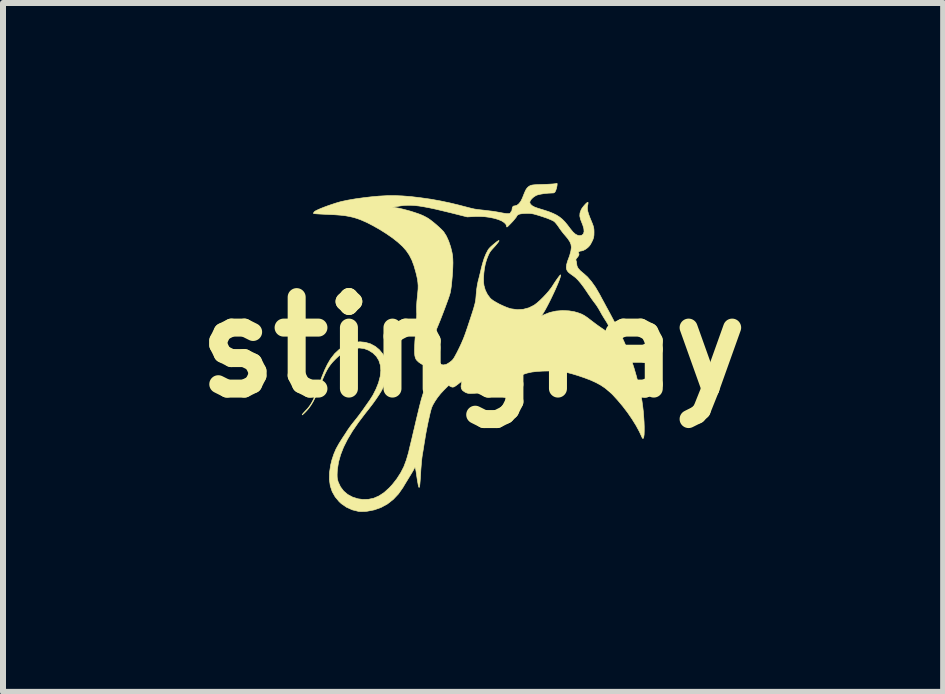
<source format=kicad_pcb>
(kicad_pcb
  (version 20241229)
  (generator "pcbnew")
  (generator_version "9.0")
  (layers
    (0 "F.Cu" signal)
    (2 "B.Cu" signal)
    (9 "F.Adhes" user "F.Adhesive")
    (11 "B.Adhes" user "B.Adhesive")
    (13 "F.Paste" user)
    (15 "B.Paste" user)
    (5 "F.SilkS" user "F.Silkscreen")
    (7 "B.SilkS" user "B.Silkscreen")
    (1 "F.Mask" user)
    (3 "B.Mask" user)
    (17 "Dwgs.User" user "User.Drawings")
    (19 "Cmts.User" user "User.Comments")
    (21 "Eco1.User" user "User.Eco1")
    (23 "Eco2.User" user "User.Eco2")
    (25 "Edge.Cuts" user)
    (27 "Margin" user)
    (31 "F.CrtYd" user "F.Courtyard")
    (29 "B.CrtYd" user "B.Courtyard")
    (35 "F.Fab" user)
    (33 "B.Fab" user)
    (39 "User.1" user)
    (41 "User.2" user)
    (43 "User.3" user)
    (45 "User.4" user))
  (footprint "stingray"
    (layer "F.Cu")
    (at 4.833 2.736)
    (property "Reference" "stingray" (at 0 0 0) (layer "F.SilkS") (effects (font (size 1.524 1.524) (thickness 0.3))))
    (attr through_hole)
    (fp_poly (pts (xy 1.402 -2.726) (xy 1.401 -2.706) (xy 1.399 -2.688) (xy 1.391 -2.65) (xy 1.379 -2.614) (xy 1.376 -2.605) (xy 1.361 -2.581) (xy 1.343 -2.571) (xy 1.327 -2.57) (xy 1.258 -2.567) (xy 1.191 -2.561) (xy 1.13 -2.551) (xy 1.081 -2.54) (xy 1.051 -2.529) (xy 1.01 -2.503) (xy 0.976 -2.472) (xy 0.953 -2.441) (xy 0.945 -2.414) (xy 0.955 -2.386) (xy 0.983 -2.359) (xy 1.027 -2.335) (xy 1.08 -2.316) (xy 1.181 -2.285) (xy 1.264 -2.258) (xy 1.333 -2.23) (xy 1.392 -2.201) (xy 1.442 -2.169) (xy 1.488 -2.132) (xy 1.531 -2.088) (xy 1.575 -2.035) (xy 1.623 -1.971) (xy 1.667 -1.918) (xy 1.708 -1.882) (xy 1.748 -1.863) (xy 1.778 -1.859) (xy 1.815 -1.867) (xy 1.839 -1.889) (xy 1.85 -1.925) (xy 1.847 -1.973) (xy 1.83 -2.032) (xy 1.814 -2.073) (xy 1.79 -2.134) (xy 1.779 -2.187) (xy 1.782 -2.235) (xy 1.799 -2.284) (xy 1.802 -2.291) (xy 1.817 -2.317) (xy 1.839 -2.346) (xy 1.863 -2.374) (xy 1.886 -2.398) (xy 1.905 -2.413) (xy 1.916 -2.415) (xy 1.916 -2.415) (xy 1.917 -2.403) (xy 1.914 -2.379) (xy 1.91 -2.364) (xy 1.906 -2.332) (xy 1.906 -2.299) (xy 1.913 -2.261) (xy 1.927 -2.215) (xy 1.949 -2.156) (xy 1.968 -2.11) (xy 1.989 -2.059) (xy 2.003 -2.02) (xy 2.011 -1.989) (xy 2.015 -1.958) (xy 2.016 -1.921) (xy 2.016 -1.915) (xy 2.015 -1.868) (xy 2.01 -1.833) (xy 2 -1.8) (xy 1.989 -1.775) (xy 1.971 -1.739) (xy 1.952 -1.706) (xy 1.94 -1.689) (xy 1.912 -1.66) (xy 1.877 -1.634) (xy 1.841 -1.614) (xy 1.812 -1.605) (xy 1.809 -1.605) (xy 1.784 -1.601) (xy 1.764 -1.592) (xy 1.753 -1.581) (xy 1.756 -1.571) (xy 1.756 -1.571) (xy 1.767 -1.554) (xy 1.761 -1.528) (xy 1.739 -1.497) (xy 1.737 -1.495) (xy 1.718 -1.472) (xy 1.713 -1.455) (xy 1.717 -1.443) (xy 1.724 -1.419) (xy 1.727 -1.39) (xy 1.733 -1.352) (xy 1.751 -1.316) (xy 1.784 -1.278) (xy 1.834 -1.235) (xy 1.839 -1.232) (xy 1.907 -1.171) (xy 1.973 -1.094) (xy 2.04 -1) (xy 2.106 -0.887) (xy 2.117 -0.867) (xy 2.145 -0.814) (xy 2.18 -0.75) (xy 2.218 -0.679) (xy 2.257 -0.608) (xy 2.286 -0.554) (xy 2.376 -0.384) (xy 2.455 -0.227) (xy 2.523 -0.079) (xy 2.584 0.064) (xy 2.636 0.205) (xy 2.683 0.348) (xy 2.726 0.496) (xy 2.765 0.652) (xy 2.802 0.821) (xy 2.804 0.833) (xy 2.816 0.902) (xy 2.827 0.981) (xy 2.837 1.067) (xy 2.844 1.156) (xy 2.85 1.244) (xy 2.853 1.326) (xy 2.853 1.398) (xy 2.851 1.456) (xy 2.848 1.477) (xy 2.842 1.51) (xy 2.833 1.522) (xy 2.822 1.515) (xy 2.813 1.496) (xy 2.771 1.405) (xy 2.716 1.304) (xy 2.65 1.198) (xy 2.576 1.09) (xy 2.495 0.984) (xy 2.411 0.884) (xy 2.327 0.792) (xy 2.322 0.787) (xy 2.26 0.729) (xy 2.196 0.678) (xy 2.127 0.632) (xy 2.05 0.59) (xy 1.962 0.55) (xy 1.86 0.511) (xy 1.752 0.474) (xy 1.656 0.445) (xy 1.573 0.423) (xy 1.494 0.409) (xy 1.414 0.4) (xy 1.326 0.397) (xy 1.276 0.396) (xy 1.163 0.398) (xy 1.066 0.404) (xy 0.98 0.414) (xy 0.903 0.431) (xy 0.829 0.455) (xy 0.755 0.487) (xy 0.676 0.528) (xy 0.605 0.57) (xy 0.551 0.599) (xy 0.484 0.629) (xy 0.411 0.658) (xy 0.391 0.665) (xy 0.334 0.684) (xy 0.276 0.704) (xy 0.224 0.723) (xy 0.183 0.737) (xy 0.183 0.738) (xy 0.129 0.755) (xy 0.074 0.765) (xy 0.01 0.769) (xy -0.037 0.771) (xy -0.071 0.77) (xy -0.096 0.765) (xy -0.118 0.757) (xy -0.132 0.75) (xy -0.173 0.722) (xy -0.195 0.689) (xy -0.2 0.648) (xy -0.195 0.621) (xy -0.19 0.593) (xy -0.187 0.574) (xy -0.188 0.571) (xy -0.197 0.575) (xy -0.217 0.589) (xy -0.244 0.611) (xy -0.247 0.613) (xy -0.287 0.643) (xy -0.316 0.661) (xy -0.339 0.666) (xy -0.361 0.661) (xy -0.376 0.654) (xy -0.407 0.636) (xy -0.483 0.712) (xy -0.539 0.772) (xy -0.591 0.837) (xy -0.636 0.904) (xy -0.672 0.966) (xy -0.691 1.01) (xy -0.702 1.048) (xy -0.716 1.102) (xy -0.731 1.169) (xy -0.748 1.244) (xy -0.764 1.324) (xy -0.78 1.404) (xy -0.794 1.482) (xy -0.802 1.534) (xy -0.813 1.599) (xy -0.824 1.67) (xy -0.835 1.738) (xy -0.844 1.788) (xy -0.851 1.838) (xy -0.858 1.901) (xy -0.864 1.973) (xy -0.87 2.047) (xy -0.873 2.104) (xy -0.877 2.167) (xy -0.881 2.224) (xy -0.885 2.272) (xy -0.889 2.308) (xy -0.892 2.327) (xy -0.892 2.327) (xy -0.898 2.337) (xy -0.902 2.335) (xy -0.908 2.318) (xy -0.916 2.284) (xy -0.917 2.276) (xy -0.926 2.228) (xy -0.935 2.17) (xy -0.943 2.116) (xy -0.944 2.109) (xy -0.95 2.067) (xy -0.956 2.033) (xy -0.963 2.012) (xy -0.965 2.008) (xy -0.974 2.004) (xy -0.975 2.009) (xy -0.98 2.022) (xy -0.994 2.049) (xy -1.015 2.085) (xy -1.04 2.127) (xy -1.044 2.133) (xy -1.077 2.187) (xy -1.113 2.246) (xy -1.147 2.302) (xy -1.168 2.338) (xy -1.243 2.445) (xy -1.329 2.536) (xy -1.426 2.612) (xy -1.532 2.67) (xy -1.646 2.711) (xy -1.766 2.734) (xy -1.798 2.737) (xy -1.84 2.738) (xy -1.878 2.738) (xy -1.904 2.737) (xy -1.905 2.737) (xy -2.01 2.711) (xy -2.107 2.668) (xy -2.194 2.608) (xy -2.23 2.575) (xy -2.297 2.495) (xy -2.347 2.407) (xy -2.379 2.311) (xy -2.394 2.205) (xy -2.392 2.09) (xy -2.373 1.964) (xy -2.351 1.875) (xy -2.32 1.782) (xy -2.283 1.695) (xy -2.234 1.607) (xy -2.194 1.543) (xy -2.163 1.495) (xy -2.131 1.447) (xy -2.103 1.403) (xy -2.089 1.381) (xy -2.064 1.345) (xy -2.032 1.301) (xy -1.996 1.255) (xy -1.976 1.23) (xy -1.938 1.183) (xy -1.896 1.128) (xy -1.855 1.072) (xy -1.832 1.041) (xy -1.801 0.996) (xy -1.769 0.951) (xy -1.742 0.912) (xy -1.725 0.889) (xy -1.668 0.799) (xy -1.617 0.698) (xy -1.576 0.596) (xy -1.575 0.593) (xy -1.547 0.487) (xy -1.537 0.389) (xy -1.544 0.301) (xy -1.569 0.222) (xy -1.61 0.154) (xy -1.669 0.096) (xy -1.74 0.051) (xy -1.814 0.023) (xy -1.891 0.013) (xy -1.972 0.02) (xy -2.058 0.045) (xy -2.123 0.074) (xy -2.167 0.097) (xy -2.204 0.121) (xy -2.241 0.15) (xy -2.283 0.189) (xy -2.302 0.208) (xy -2.343 0.251) (xy -2.378 0.294) (xy -2.41 0.339) (xy -2.44 0.391) (xy -2.47 0.451) (xy -2.502 0.524) (xy -2.537 0.612) (xy -2.549 0.643) (xy -2.59 0.747) (xy -2.628 0.833) (xy -2.664 0.906) (xy -2.701 0.967) (xy -2.738 1.019) (xy -2.77 1.056) (xy -2.8 1.087) (xy -2.825 1.111) (xy -2.842 1.125) (xy -2.847 1.128) (xy -2.846 1.121) (xy -2.832 1.103) (xy -2.81 1.078) (xy -2.797 1.064) (xy -2.76 1.025) (xy -2.729 0.987) (xy -2.702 0.947) (xy -2.677 0.904) (xy -2.652 0.853) (xy -2.627 0.792) (xy -2.599 0.717) (xy -2.567 0.627) (xy -2.564 0.617) (xy -2.517 0.489) (xy -2.472 0.379) (xy -2.427 0.286) (xy -2.381 0.207) (xy -2.372 0.193) (xy -2.306 0.108) (xy -2.231 0.038) (xy -2.149 -0.018) (xy -2.062 -0.058) (xy -1.973 -0.082) (xy -1.883 -0.09) (xy -1.794 -0.081) (xy -1.709 -0.056) (xy -1.629 -0.013) (xy -1.563 0.041) (xy -1.502 0.115) (xy -1.459 0.198) (xy -1.434 0.289) (xy -1.426 0.387) (xy -1.438 0.49) (xy -1.455 0.559) (xy -1.474 0.614) (xy -1.498 0.67) (xy -1.528 0.729) (xy -1.567 0.792) (xy -1.614 0.862) (xy -1.671 0.942) (xy -1.74 1.032) (xy -1.795 1.101) (xy -1.911 1.254) (xy -2.01 1.398) (xy -2.092 1.535) (xy -2.158 1.666) (xy -2.207 1.792) (xy -2.241 1.913) (xy -2.26 2.032) (xy -2.263 2.074) (xy -2.265 2.126) (xy -2.264 2.165) (xy -2.26 2.197) (xy -2.252 2.228) (xy -2.247 2.246) (xy -2.209 2.327) (xy -2.156 2.397) (xy -2.089 2.454) (xy -2.009 2.497) (xy -1.918 2.526) (xy -1.839 2.537) (xy -1.744 2.535) (xy -1.654 2.516) (xy -1.567 2.478) (xy -1.482 2.422) (xy -1.398 2.346) (xy -1.345 2.289) (xy -1.269 2.192) (xy -1.206 2.094) (xy -1.153 1.991) (xy -1.11 1.876) (xy -1.073 1.748) (xy -1.067 1.72) (xy -1.055 1.669) (xy -1.039 1.603) (xy -1.021 1.529) (xy -1.003 1.452) (xy -0.986 1.378) (xy -0.985 1.377) (xy -0.967 1.299) (xy -0.947 1.214) (xy -0.927 1.13) (xy -0.908 1.052) (xy -0.894 0.993) (xy -0.861 0.865) (xy -0.827 0.755) (xy -0.79 0.661) (xy -0.75 0.579) (xy -0.715 0.521) (xy -0.657 0.434) (xy -0.675 0.384) (xy -0.688 0.328) (xy -0.687 0.283) (xy -0.681 0.232) (xy -0.722 0.268) (xy -0.758 0.295) (xy -0.789 0.305) (xy -0.79 0.305) (xy -0.824 0.297) (xy -0.863 0.278) (xy -0.903 0.251) (xy -0.936 0.22) (xy -0.952 0.198) (xy -0.962 0.174) (xy -0.97 0.141) (xy -0.974 0.099) (xy -0.975 0.046) (xy -0.973 -0.021) (xy -0.969 -0.104) (xy -0.961 -0.203) (xy -0.954 -0.276) (xy -0.945 -0.389) (xy -0.94 -0.482) (xy -0.938 -0.555) (xy -0.94 -0.594) (xy -0.941 -0.671) (xy -0.936 -0.762) (xy -0.93 -0.821) (xy -0.922 -0.902) (xy -0.916 -0.969) (xy -0.915 -1.026) (xy -0.919 -1.078) (xy -0.926 -1.132) (xy -0.939 -1.192) (xy -0.951 -1.241) (xy -0.983 -1.354) (xy -1.019 -1.451) (xy -1.062 -1.535) (xy -1.113 -1.61) (xy -1.175 -1.68) (xy -1.251 -1.749) (xy -1.253 -1.751) (xy -1.343 -1.822) (xy -1.444 -1.892) (xy -1.552 -1.96) (xy -1.661 -2.022) (xy -1.767 -2.077) (xy -1.867 -2.121) (xy -1.927 -2.143) (xy -1.992 -2.163) (xy -2.058 -2.178) (xy -2.129 -2.191) (xy -2.209 -2.2) (xy -2.301 -2.207) (xy -2.409 -2.212) (xy -2.428 -2.213) (xy -2.493 -2.216) (xy -2.552 -2.219) (xy -2.6 -2.222) (xy -2.636 -2.225) (xy -2.656 -2.227) (xy -2.658 -2.228) (xy -2.657 -2.24) (xy -2.644 -2.258) (xy -2.641 -2.261) (xy -2.622 -2.273) (xy -2.587 -2.29) (xy -2.54 -2.311) (xy -2.489 -2.331) (xy -1.346 -2.331) (xy -1.282 -2.324) (xy -1.239 -2.317) (xy -1.182 -2.304) (xy -1.116 -2.287) (xy -1.046 -2.268) (xy -0.977 -2.246) (xy -0.914 -2.225) (xy -0.884 -2.214) (xy -0.836 -2.194) (xy -0.787 -2.169) (xy -0.746 -2.146) (xy -0.745 -2.145) (xy -0.707 -2.118) (xy -0.661 -2.082) (xy -0.613 -2.042) (xy -0.566 -2) (xy -0.526 -1.962) (xy -0.496 -1.931) (xy -0.487 -1.92) (xy -0.444 -1.852) (xy -0.406 -1.768) (xy -0.373 -1.671) (xy -0.365 -1.638) (xy -0.35 -1.576) (xy -0.341 -1.523) (xy -0.337 -1.47) (xy -0.335 -1.408) (xy -0.335 -1.404) (xy -0.337 -1.337) (xy -0.34 -1.262) (xy -0.346 -1.183) (xy -0.353 -1.105) (xy -0.36 -1.032) (xy -0.369 -0.968) (xy -0.378 -0.919) (xy -0.381 -0.903) (xy -0.392 -0.867) (xy -0.409 -0.815) (xy -0.432 -0.752) (xy -0.458 -0.681) (xy -0.487 -0.604) (xy -0.517 -0.526) (xy -0.547 -0.449) (xy -0.576 -0.378) (xy -0.592 -0.34) (xy -0.617 -0.279) (xy -0.64 -0.218) (xy -0.661 -0.159) (xy -0.678 -0.105) (xy -0.69 -0.06) (xy -0.698 -0.025) (xy -0.699 -0.005) (xy -0.696 0) (xy -0.686 -0.005) (xy -0.665 -0.018) (xy -0.654 -0.025) (xy -0.615 -0.046) (xy -0.582 -0.049) (xy -0.559 -0.035) (xy -0.559 -0.035) (xy -0.553 -0.026) (xy -0.551 -0.01) (xy -0.55 0.014) (xy -0.553 0.049) (xy -0.558 0.1) (xy -0.565 0.159) (xy -0.566 0.217) (xy -0.556 0.259) (xy -0.533 0.286) (xy -0.5 0.296) (xy -0.456 0.289) (xy -0.44 0.283) (xy -0.415 0.269) (xy -0.384 0.248) (xy -0.367 0.235) (xy -0.35 0.22) (xy -0.333 0.201) (xy -0.315 0.175) (xy -0.295 0.139) (xy -0.269 0.091) (xy -0.238 0.029) (xy -0.211 -0.027) (xy -0.187 -0.08) (xy -0.164 -0.133) (xy -0.142 -0.19) (xy -0.119 -0.254) (xy -0.093 -0.33) (xy -0.063 -0.421) (xy -0.055 -0.445) (xy -0.027 -0.53) (xy -0.005 -0.598) (xy 0.012 -0.653) (xy 0.024 -0.697) (xy 0.034 -0.734) (xy 0.04 -0.766) (xy 0.045 -0.796) (xy 0.048 -0.827) (xy 0.051 -0.862) (xy 0.052 -0.878) (xy 0.06 -0.961) (xy 0.072 -1.04) (xy 0.085 -1.102) (xy 0.099 -1.154) (xy 0.114 -1.215) (xy 0.129 -1.277) (xy 0.135 -1.306) (xy 0.159 -1.397) (xy 0.186 -1.483) (xy 0.217 -1.558) (xy 0.248 -1.617) (xy 0.255 -1.629) (xy 0.272 -1.65) (xy 0.299 -1.677) (xy 0.332 -1.706) (xy 0.366 -1.734) (xy 0.396 -1.758) (xy 0.42 -1.774) (xy 0.432 -1.778) (xy 0.433 -1.771) (xy 0.422 -1.753) (xy 0.401 -1.726) (xy 0.374 -1.693) (xy 0.345 -1.661) (xy 0.314 -1.627) (xy 0.29 -1.598) (xy 0.271 -1.567) (xy 0.253 -1.529) (xy 0.233 -1.479) (xy 0.224 -1.453) (xy 0.205 -1.389) (xy 0.19 -1.314) (xy 0.18 -1.233) (xy 0.175 -1.153) (xy 0.176 -1.08) (xy 0.182 -1.029) (xy 0.204 -0.951) (xy 0.24 -0.879) (xy 0.286 -0.818) (xy 0.304 -0.801) (xy 0.339 -0.775) (xy 0.388 -0.746) (xy 0.445 -0.715) (xy 0.506 -0.687) (xy 0.565 -0.662) (xy 0.616 -0.645) (xy 0.635 -0.64) (xy 0.738 -0.626) (xy 0.837 -0.632) (xy 0.931 -0.657) (xy 1.017 -0.7) (xy 1.022 -0.704) (xy 1.065 -0.736) (xy 1.115 -0.78) (xy 1.168 -0.832) (xy 1.221 -0.888) (xy 1.268 -0.943) (xy 1.305 -0.992) (xy 1.317 -1.009) (xy 1.35 -1.061) (xy 1.382 -1.109) (xy 1.411 -1.15) (xy 1.435 -1.182) (xy 1.451 -1.201) (xy 1.459 -1.206) (xy 1.46 -1.192) (xy 1.452 -1.163) (xy 1.438 -1.121) (xy 1.417 -1.068) (xy 1.391 -1.007) (xy 1.362 -0.941) (xy 1.329 -0.871) (xy 1.296 -0.802) (xy 1.262 -0.734) (xy 1.229 -0.671) (xy 1.198 -0.614) (xy 1.17 -0.568) (xy 1.155 -0.545) (xy 1.135 -0.517) (xy 1.188 -0.543) (xy 1.279 -0.579) (xy 1.381 -0.602) (xy 1.49 -0.611) (xy 1.599 -0.606) (xy 1.689 -0.591) (xy 1.752 -0.573) (xy 1.806 -0.553) (xy 1.856 -0.527) (xy 1.909 -0.491) (xy 1.967 -0.446) (xy 2.003 -0.419) (xy 2.045 -0.387) (xy 2.092 -0.353) (xy 2.141 -0.319) (xy 2.187 -0.288) (xy 2.228 -0.26) (xy 2.262 -0.239) (xy 2.284 -0.226) (xy 2.291 -0.224) (xy 2.296 -0.232) (xy 2.294 -0.254) (xy 2.287 -0.286) (xy 2.275 -0.321) (xy 2.261 -0.355) (xy 2.259 -0.359) (xy 2.238 -0.398) (xy 2.212 -0.441) (xy 2.195 -0.467) (xy 2.172 -0.504) (xy 2.145 -0.549) (xy 2.119 -0.596) (xy 2.114 -0.605) (xy 2.089 -0.648) (xy 2.061 -0.692) (xy 2.036 -0.727) (xy 2.031 -0.733) (xy 2.012 -0.758) (xy 1.984 -0.796) (xy 1.952 -0.842) (xy 1.917 -0.893) (xy 1.902 -0.916) (xy 1.846 -0.998) (xy 1.796 -1.064) (xy 1.752 -1.116) (xy 1.711 -1.157) (xy 1.671 -1.188) (xy 1.667 -1.191) (xy 1.619 -1.225) (xy 1.586 -1.253) (xy 1.567 -1.279) (xy 1.557 -1.306) (xy 1.554 -1.333) (xy 1.559 -1.375) (xy 1.572 -1.422) (xy 1.579 -1.443) (xy 1.61 -1.527) (xy 1.63 -1.601) (xy 1.638 -1.66) (xy 1.638 -1.668) (xy 1.632 -1.713) (xy 1.613 -1.759) (xy 1.578 -1.811) (xy 1.536 -1.861) (xy 1.506 -1.896) (xy 1.472 -1.94) (xy 1.44 -1.984) (xy 1.435 -1.992) (xy 1.408 -2.031) (xy 1.381 -2.065) (xy 1.358 -2.09) (xy 1.352 -2.095) (xy 1.329 -2.109) (xy 1.289 -2.127) (xy 1.235 -2.149) (xy 1.168 -2.172) (xy 1.156 -2.176) (xy 1.094 -2.196) (xy 1.046 -2.21) (xy 1.009 -2.22) (xy 0.977 -2.226) (xy 0.946 -2.229) (xy 0.912 -2.23) (xy 0.894 -2.23) (xy 0.827 -2.227) (xy 0.777 -2.219) (xy 0.745 -2.205) (xy 0.728 -2.185) (xy 0.727 -2.181) (xy 0.718 -2.165) (xy 0.697 -2.139) (xy 0.669 -2.105) (xy 0.64 -2.074) (xy 0.605 -2.038) (xy 0.582 -2.015) (xy 0.568 -2.004) (xy 0.561 -2.004) (xy 0.559 -2.012) (xy 0.559 -2.014) (xy 0.549 -2.046) (xy 0.521 -2.076) (xy 0.478 -2.104) (xy 0.421 -2.128) (xy 0.353 -2.148) (xy 0.275 -2.164) (xy 0.192 -2.175) (xy 0.103 -2.179) (xy 0.025 -2.178) (xy -0.097 -2.171) (xy -0.371 -2.24) (xy -0.507 -2.273) (xy -0.625 -2.301) (xy -0.728 -2.323) (xy -0.819 -2.34) (xy -0.899 -2.353) (xy -0.97 -2.361) (xy -1.035 -2.365) (xy -1.096 -2.365) (xy -1.156 -2.362) (xy -1.215 -2.354) (xy -1.278 -2.344) (xy -1.28 -2.343) (xy -1.346 -2.331) (xy -2.489 -2.331) (xy -2.484 -2.333) (xy -2.422 -2.356) (xy -2.358 -2.378) (xy -2.295 -2.399) (xy -2.238 -2.416) (xy -2.19 -2.429) (xy -2.084 -2.451) (xy -1.963 -2.472) (xy -1.833 -2.49) (xy -1.699 -2.506) (xy -1.567 -2.518) (xy -1.44 -2.525) (xy -1.433 -2.526) (xy -1.311 -2.527) (xy -1.174 -2.521) (xy -1.026 -2.509) (xy -0.869 -2.49) (xy -0.707 -2.467) (xy -0.545 -2.438) (xy -0.384 -2.404) (xy -0.23 -2.367) (xy -0.193 -2.357) (xy -0.12 -2.338) (xy -0.062 -2.323) (xy -0.014 -2.311) (xy 0.028 -2.302) (xy 0.071 -2.296) (xy 0.117 -2.29) (xy 0.173 -2.284) (xy 0.201 -2.281) (xy 0.265 -2.273) (xy 0.331 -2.265) (xy 0.393 -2.255) (xy 0.442 -2.246) (xy 0.447 -2.245) (xy 0.513 -2.233) (xy 0.562 -2.226) (xy 0.596 -2.226) (xy 0.617 -2.232) (xy 0.627 -2.244) (xy 0.627 -2.245) (xy 0.635 -2.262) (xy 0.641 -2.266) (xy 0.647 -2.275) (xy 0.65 -2.296) (xy 0.65 -2.299) (xy 0.656 -2.333) (xy 0.674 -2.352) (xy 0.704 -2.357) (xy 0.734 -2.367) (xy 0.766 -2.393) (xy 0.796 -2.432) (xy 0.821 -2.482) (xy 0.823 -2.487) (xy 0.848 -2.55) (xy 0.868 -2.597) (xy 0.885 -2.631) (xy 0.903 -2.655) (xy 0.921 -2.673) (xy 0.943 -2.687) (xy 0.948 -2.69) (xy 0.964 -2.697) (xy 0.985 -2.702) (xy 1.016 -2.706) (xy 1.058 -2.709) (xy 1.116 -2.711) (xy 1.173 -2.713) (xy 1.235 -2.715) (xy 1.291 -2.718) (xy 1.337 -2.721) (xy 1.37 -2.725) (xy 1.386 -2.728) (xy 1.386 -2.728) (xy 1.397 -2.731) (xy 1.402 -2.726)) (stroke (width 0.01) (type solid)) (fill yes) (layer "F.SilkS")))
  (gr_rect
    (start -3 -3)
    (end 12.667 8.48)
    (stroke (width 0.1) (type default))
    (fill no)
    (layer "Edge.Cuts")))
</source>
